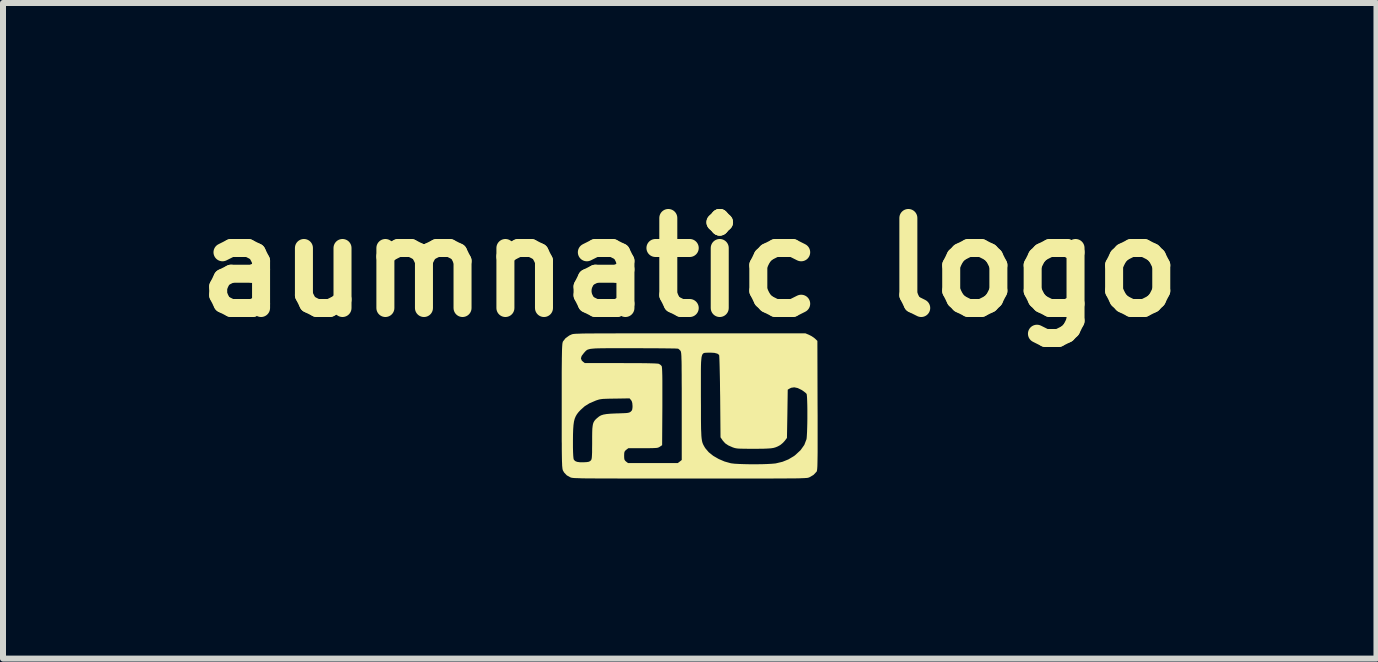
<source format=kicad_pcb>
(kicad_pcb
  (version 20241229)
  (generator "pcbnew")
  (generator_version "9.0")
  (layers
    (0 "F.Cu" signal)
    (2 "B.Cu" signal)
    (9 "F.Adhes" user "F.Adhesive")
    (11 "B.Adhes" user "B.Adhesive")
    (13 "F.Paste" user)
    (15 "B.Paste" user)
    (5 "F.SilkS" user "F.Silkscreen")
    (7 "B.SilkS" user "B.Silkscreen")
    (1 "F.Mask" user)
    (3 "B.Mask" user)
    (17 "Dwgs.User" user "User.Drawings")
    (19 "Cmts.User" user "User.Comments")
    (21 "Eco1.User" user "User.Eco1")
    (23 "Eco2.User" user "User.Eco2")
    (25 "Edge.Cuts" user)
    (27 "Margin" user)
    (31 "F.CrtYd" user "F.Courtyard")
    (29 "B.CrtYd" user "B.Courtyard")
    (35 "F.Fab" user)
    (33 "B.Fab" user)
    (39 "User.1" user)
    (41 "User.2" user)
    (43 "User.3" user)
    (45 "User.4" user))
  (footprint "aumnatic logo"
    (layer "F.Cu")
    (at 8.443 3.704)
    (property "Reference" "aumnatic logo" (at 0 -2.3 0) (layer "F.SilkS") (effects (font (size 1.5 1.5) (thickness 0.3))))
    (attr board_only exclude_from_pos_files exclude_from_bom)
    (fp_poly (pts (xy 1.987 -1.175) (xy 2.032 -1.152) (xy 2.075 -1.122) (xy 2.087 -1.112) (xy 2.127 -1.074) (xy 2.13 0.001) (xy 2.131 0.176) (xy 2.131 0.332) (xy 2.131 0.469) (xy 2.131 0.589) (xy 2.131 0.692) (xy 2.131 0.781) (xy 2.13 0.857) (xy 2.129 0.919) (xy 2.128 0.971) (xy 2.127 1.012) (xy 2.125 1.044) (xy 2.123 1.068) (xy 2.12 1.085) (xy 2.118 1.097) (xy 2.114 1.104) (xy 2.114 1.105) (xy 2.062 1.16) (xy 1.996 1.198) (xy 1.985 1.203) (xy 1.977 1.205) (xy 1.966 1.208) (xy 1.952 1.21) (xy 1.932 1.211) (xy 1.906 1.213) (xy 1.871 1.214) (xy 1.828 1.216) (xy 1.774 1.217) (xy 1.709 1.218) (xy 1.63 1.218) (xy 1.537 1.219) (xy 1.428 1.219) (xy 1.303 1.22) (xy 1.159 1.22) (xy 0.995 1.22) (xy 0.811 1.22) (xy 0.604 1.22) (xy 0.374 1.22) (xy 0.119 1.22) (xy -0.002 1.22) (xy -0.268 1.22) (xy -0.508 1.22) (xy -0.724 1.22) (xy -0.918 1.22) (xy -1.09 1.22) (xy -1.242 1.219) (xy -1.375 1.219) (xy -1.49 1.219) (xy -1.59 1.218) (xy -1.674 1.217) (xy -1.745 1.217) (xy -1.804 1.216) (xy -1.851 1.214) (xy -1.889 1.213) (xy -1.919 1.212) (xy -1.941 1.21) (xy -1.958 1.208) (xy -1.97 1.206) (xy -1.979 1.203) (xy -1.986 1.201) (xy -1.987 1.201) (xy -2.048 1.167) (xy -2.092 1.121) (xy -2.111 1.089) (xy -2.115 1.08) (xy -2.118 1.069) (xy -2.121 1.053) (xy -2.123 1.033) (xy -2.126 1.005) (xy -2.127 0.971) (xy -2.129 0.927) (xy -2.13 0.873) (xy -2.131 0.808) (xy -2.132 0.73) (xy -2.132 0.639) (xy -2.133 0.602) (xy -1.946 0.602) (xy -1.946 0.702) (xy -1.944 0.782) (xy -1.941 0.842) (xy -1.937 0.883) (xy -1.932 0.904) (xy -1.932 0.904) (xy -1.91 0.928) (xy -1.877 0.942) (xy -1.827 0.949) (xy -1.768 0.949) (xy -1.717 0.946) (xy -1.684 0.941) (xy -1.663 0.931) (xy -1.652 0.922) (xy -1.644 0.913) (xy -1.638 0.902) (xy -1.634 0.886) (xy -1.631 0.863) (xy -1.629 0.829) (xy -1.627 0.783) (xy -1.627 0.722) (xy -1.626 0.644) (xy -1.626 0.612) (xy -1.626 0.521) (xy -1.625 0.448) (xy -1.623 0.39) (xy -1.618 0.346) (xy -1.612 0.311) (xy -1.602 0.283) (xy -1.589 0.26) (xy -1.572 0.239) (xy -1.55 0.218) (xy -1.542 0.211) (xy -1.511 0.186) (xy -1.478 0.167) (xy -1.437 0.154) (xy -1.385 0.145) (xy -1.315 0.139) (xy -1.225 0.135) (xy -1.21 0.135) (xy -1.133 0.132) (xy -1.078 0.13) (xy -1.041 0.127) (xy -1.016 0.122) (xy -0.999 0.116) (xy -0.985 0.107) (xy -0.984 0.106) (xy -0.967 0.089) (xy -0.958 0.069) (xy -0.954 0.038) (xy -0.953 0.012) (xy -0.957 -0.037) (xy -0.967 -0.071) (xy -0.978 -0.087) (xy -1.002 -0.116) (xy -1.244 -0.112) (xy -1.331 -0.111) (xy -1.395 -0.109) (xy -1.443 -0.107) (xy -1.478 -0.103) (xy -1.507 -0.098) (xy -1.534 -0.09) (xy -1.564 -0.08) (xy -1.573 -0.076) (xy -1.671 -0.034) (xy -1.75 0.015) (xy -1.818 0.076) (xy -1.852 0.112) (xy -1.879 0.147) (xy -1.9 0.183) (xy -1.917 0.224) (xy -1.929 0.271) (xy -1.937 0.328) (xy -1.942 0.396) (xy -1.945 0.48) (xy -1.946 0.581) (xy -1.946 0.602) (xy -2.133 0.602) (xy -2.133 0.532) (xy -2.133 0.409) (xy -2.133 0.268) (xy -2.133 0.109) (xy -2.133 0.01) (xy -2.133 -0.161) (xy -2.133 -0.313) (xy -2.133 -0.447) (xy -2.133 -0.563) (xy -2.132 -0.664) (xy -2.131 -0.75) (xy -2.131 -0.783) (xy -1.813 -0.783) (xy -1.801 -0.749) (xy -1.781 -0.729) (xy -1.748 -0.704) (xy -1.148 -0.704) (xy -0.985 -0.703) (xy -0.848 -0.703) (xy -0.736 -0.702) (xy -0.647 -0.7) (xy -0.582 -0.698) (xy -0.538 -0.695) (xy -0.516 -0.692) (xy -0.515 -0.692) (xy -0.485 -0.673) (xy -0.467 -0.653) (xy -0.464 -0.638) (xy -0.461 -0.607) (xy -0.459 -0.559) (xy -0.457 -0.493) (xy -0.456 -0.409) (xy -0.456 -0.306) (xy -0.456 -0.184) (xy -0.456 -0.042) (xy -0.456 0.019) (xy -0.46 0.664) (xy -0.497 0.689) (xy -0.512 0.698) (xy -0.526 0.704) (xy -0.546 0.709) (xy -0.575 0.711) (xy -0.616 0.713) (xy -0.676 0.714) (xy -0.756 0.714) (xy -0.779 0.714) (xy -1.023 0.714) (xy -1.058 0.741) (xy -1.077 0.758) (xy -1.088 0.777) (xy -1.092 0.804) (xy -1.093 0.84) (xy -1.092 0.88) (xy -1.087 0.906) (xy -1.075 0.924) (xy -1.061 0.937) (xy -1.028 0.962) (xy -0.613 0.962) (xy -0.199 0.962) (xy -0.166 0.937) (xy -0.133 0.911) (xy -0.133 0.013) (xy -0.133 -0.145) (xy -0.133 -0.283) (xy -0.134 -0.403) (xy -0.134 -0.493) (xy 0.186 -0.493) (xy 0.186 -0.387) (xy 0.186 -0.263) (xy 0.186 -0.138) (xy 0.187 0.004) (xy 0.187 0.126) (xy 0.187 0.231) (xy 0.188 0.32) (xy 0.189 0.394) (xy 0.192 0.457) (xy 0.194 0.508) (xy 0.198 0.55) (xy 0.203 0.584) (xy 0.209 0.613) (xy 0.217 0.636) (xy 0.226 0.657) (xy 0.237 0.677) (xy 0.249 0.698) (xy 0.263 0.719) (xy 0.317 0.782) (xy 0.392 0.842) (xy 0.482 0.894) (xy 0.58 0.936) (xy 0.68 0.964) (xy 0.697 0.967) (xy 0.748 0.973) (xy 0.82 0.977) (xy 0.907 0.98) (xy 1.003 0.982) (xy 1.103 0.982) (xy 1.2 0.981) (xy 1.29 0.978) (xy 1.366 0.974) (xy 1.422 0.969) (xy 1.431 0.968) (xy 1.545 0.941) (xy 1.644 0.901) (xy 1.738 0.845) (xy 1.761 0.827) (xy 1.847 0.747) (xy 1.909 0.66) (xy 1.945 0.566) (xy 1.946 0.564) (xy 1.949 0.538) (xy 1.952 0.496) (xy 1.955 0.44) (xy 1.957 0.374) (xy 1.959 0.301) (xy 1.96 0.224) (xy 1.96 0.145) (xy 1.96 0.068) (xy 1.959 -0.004) (xy 1.957 -0.069) (xy 1.955 -0.123) (xy 1.952 -0.162) (xy 1.949 -0.186) (xy 1.948 -0.189) (xy 1.932 -0.207) (xy 1.9 -0.232) (xy 1.863 -0.257) (xy 1.799 -0.288) (xy 1.742 -0.3) (xy 1.692 -0.293) (xy 1.665 -0.28) (xy 1.633 -0.261) (xy 1.627 0.141) (xy 1.62 0.543) (xy 1.584 0.591) (xy 1.553 0.625) (xy 1.516 0.656) (xy 1.501 0.666) (xy 1.468 0.684) (xy 1.435 0.698) (xy 1.399 0.709) (xy 1.355 0.716) (xy 1.299 0.72) (xy 1.227 0.723) (xy 1.135 0.724) (xy 1.062 0.724) (xy 0.967 0.724) (xy 0.896 0.723) (xy 0.842 0.722) (xy 0.803 0.72) (xy 0.773 0.716) (xy 0.749 0.711) (xy 0.727 0.704) (xy 0.713 0.699) (xy 0.643 0.668) (xy 0.591 0.633) (xy 0.55 0.587) (xy 0.545 0.579) (xy 0.513 0.533) (xy 0.507 -0.145) (xy 0.505 -0.262) (xy 0.504 -0.373) (xy 0.502 -0.476) (xy 0.5 -0.57) (xy 0.498 -0.653) (xy 0.496 -0.723) (xy 0.494 -0.778) (xy 0.492 -0.817) (xy 0.49 -0.837) (xy 0.489 -0.84) (xy 0.461 -0.861) (xy 0.412 -0.874) (xy 0.346 -0.878) (xy 0.32 -0.877) (xy 0.294 -0.877) (xy 0.271 -0.876) (xy 0.252 -0.875) (xy 0.236 -0.871) (xy 0.223 -0.863) (xy 0.212 -0.85) (xy 0.204 -0.83) (xy 0.197 -0.803) (xy 0.193 -0.765) (xy 0.189 -0.717) (xy 0.187 -0.657) (xy 0.186 -0.582) (xy 0.186 -0.493) (xy -0.134 -0.493) (xy -0.134 -0.507) (xy -0.135 -0.595) (xy -0.135 -0.668) (xy -0.136 -0.729) (xy -0.138 -0.779) (xy -0.139 -0.818) (xy -0.141 -0.848) (xy -0.143 -0.871) (xy -0.146 -0.887) (xy -0.149 -0.899) (xy -0.153 -0.907) (xy -0.156 -0.911) (xy -0.177 -0.932) (xy -0.193 -0.944) (xy -0.208 -0.945) (xy -0.248 -0.947) (xy -0.31 -0.948) (xy -0.39 -0.949) (xy -0.488 -0.95) (xy -0.6 -0.951) (xy -0.723 -0.951) (xy -0.856 -0.952) (xy -0.934 -0.952) (xy -1.094 -0.952) (xy -1.231 -0.952) (xy -1.344 -0.952) (xy -1.438 -0.951) (xy -1.515 -0.95) (xy -1.575 -0.948) (xy -1.622 -0.944) (xy -1.658 -0.94) (xy -1.685 -0.933) (xy -1.706 -0.926) (xy -1.721 -0.916) (xy -1.735 -0.904) (xy -1.748 -0.889) (xy -1.764 -0.872) (xy -1.765 -0.87) (xy -1.801 -0.823) (xy -1.813 -0.783) (xy -2.131 -0.783) (xy -2.13 -0.822) (xy -2.129 -0.882) (xy -2.128 -0.931) (xy -2.126 -0.971) (xy -2.124 -1.002) (xy -2.122 -1.025) (xy -2.119 -1.042) (xy -2.116 -1.054) (xy -2.113 -1.063) (xy -2.113 -1.063) (xy -2.069 -1.119) (xy -2.006 -1.164) (xy -1.971 -1.18) (xy -1.963 -1.183) (xy -1.954 -1.186) (xy -1.943 -1.188) (xy -1.927 -1.19) (xy -1.906 -1.192) (xy -1.878 -1.193) (xy -1.842 -1.194) (xy -1.796 -1.196) (xy -1.74 -1.197) (xy -1.672 -1.197) (xy -1.591 -1.198) (xy -1.495 -1.199) (xy -1.384 -1.199) (xy -1.254 -1.199) (xy -1.107 -1.2) (xy -0.939 -1.2) (xy -0.751 -1.2) (xy -0.54 -1.2) (xy -0.305 -1.2) (xy -0.045 -1.2) (xy 0.003 -1.2) (xy 1.927 -1.2)) (stroke (width 0) (type solid)) (fill yes) (layer "F.SilkS")))
  (gr_rect
    (start -3 -3)
    (end 19.886 7.924)
    (stroke (width 0.1) (type default))
    (fill no)
    (layer "Edge.Cuts")))
</source>
